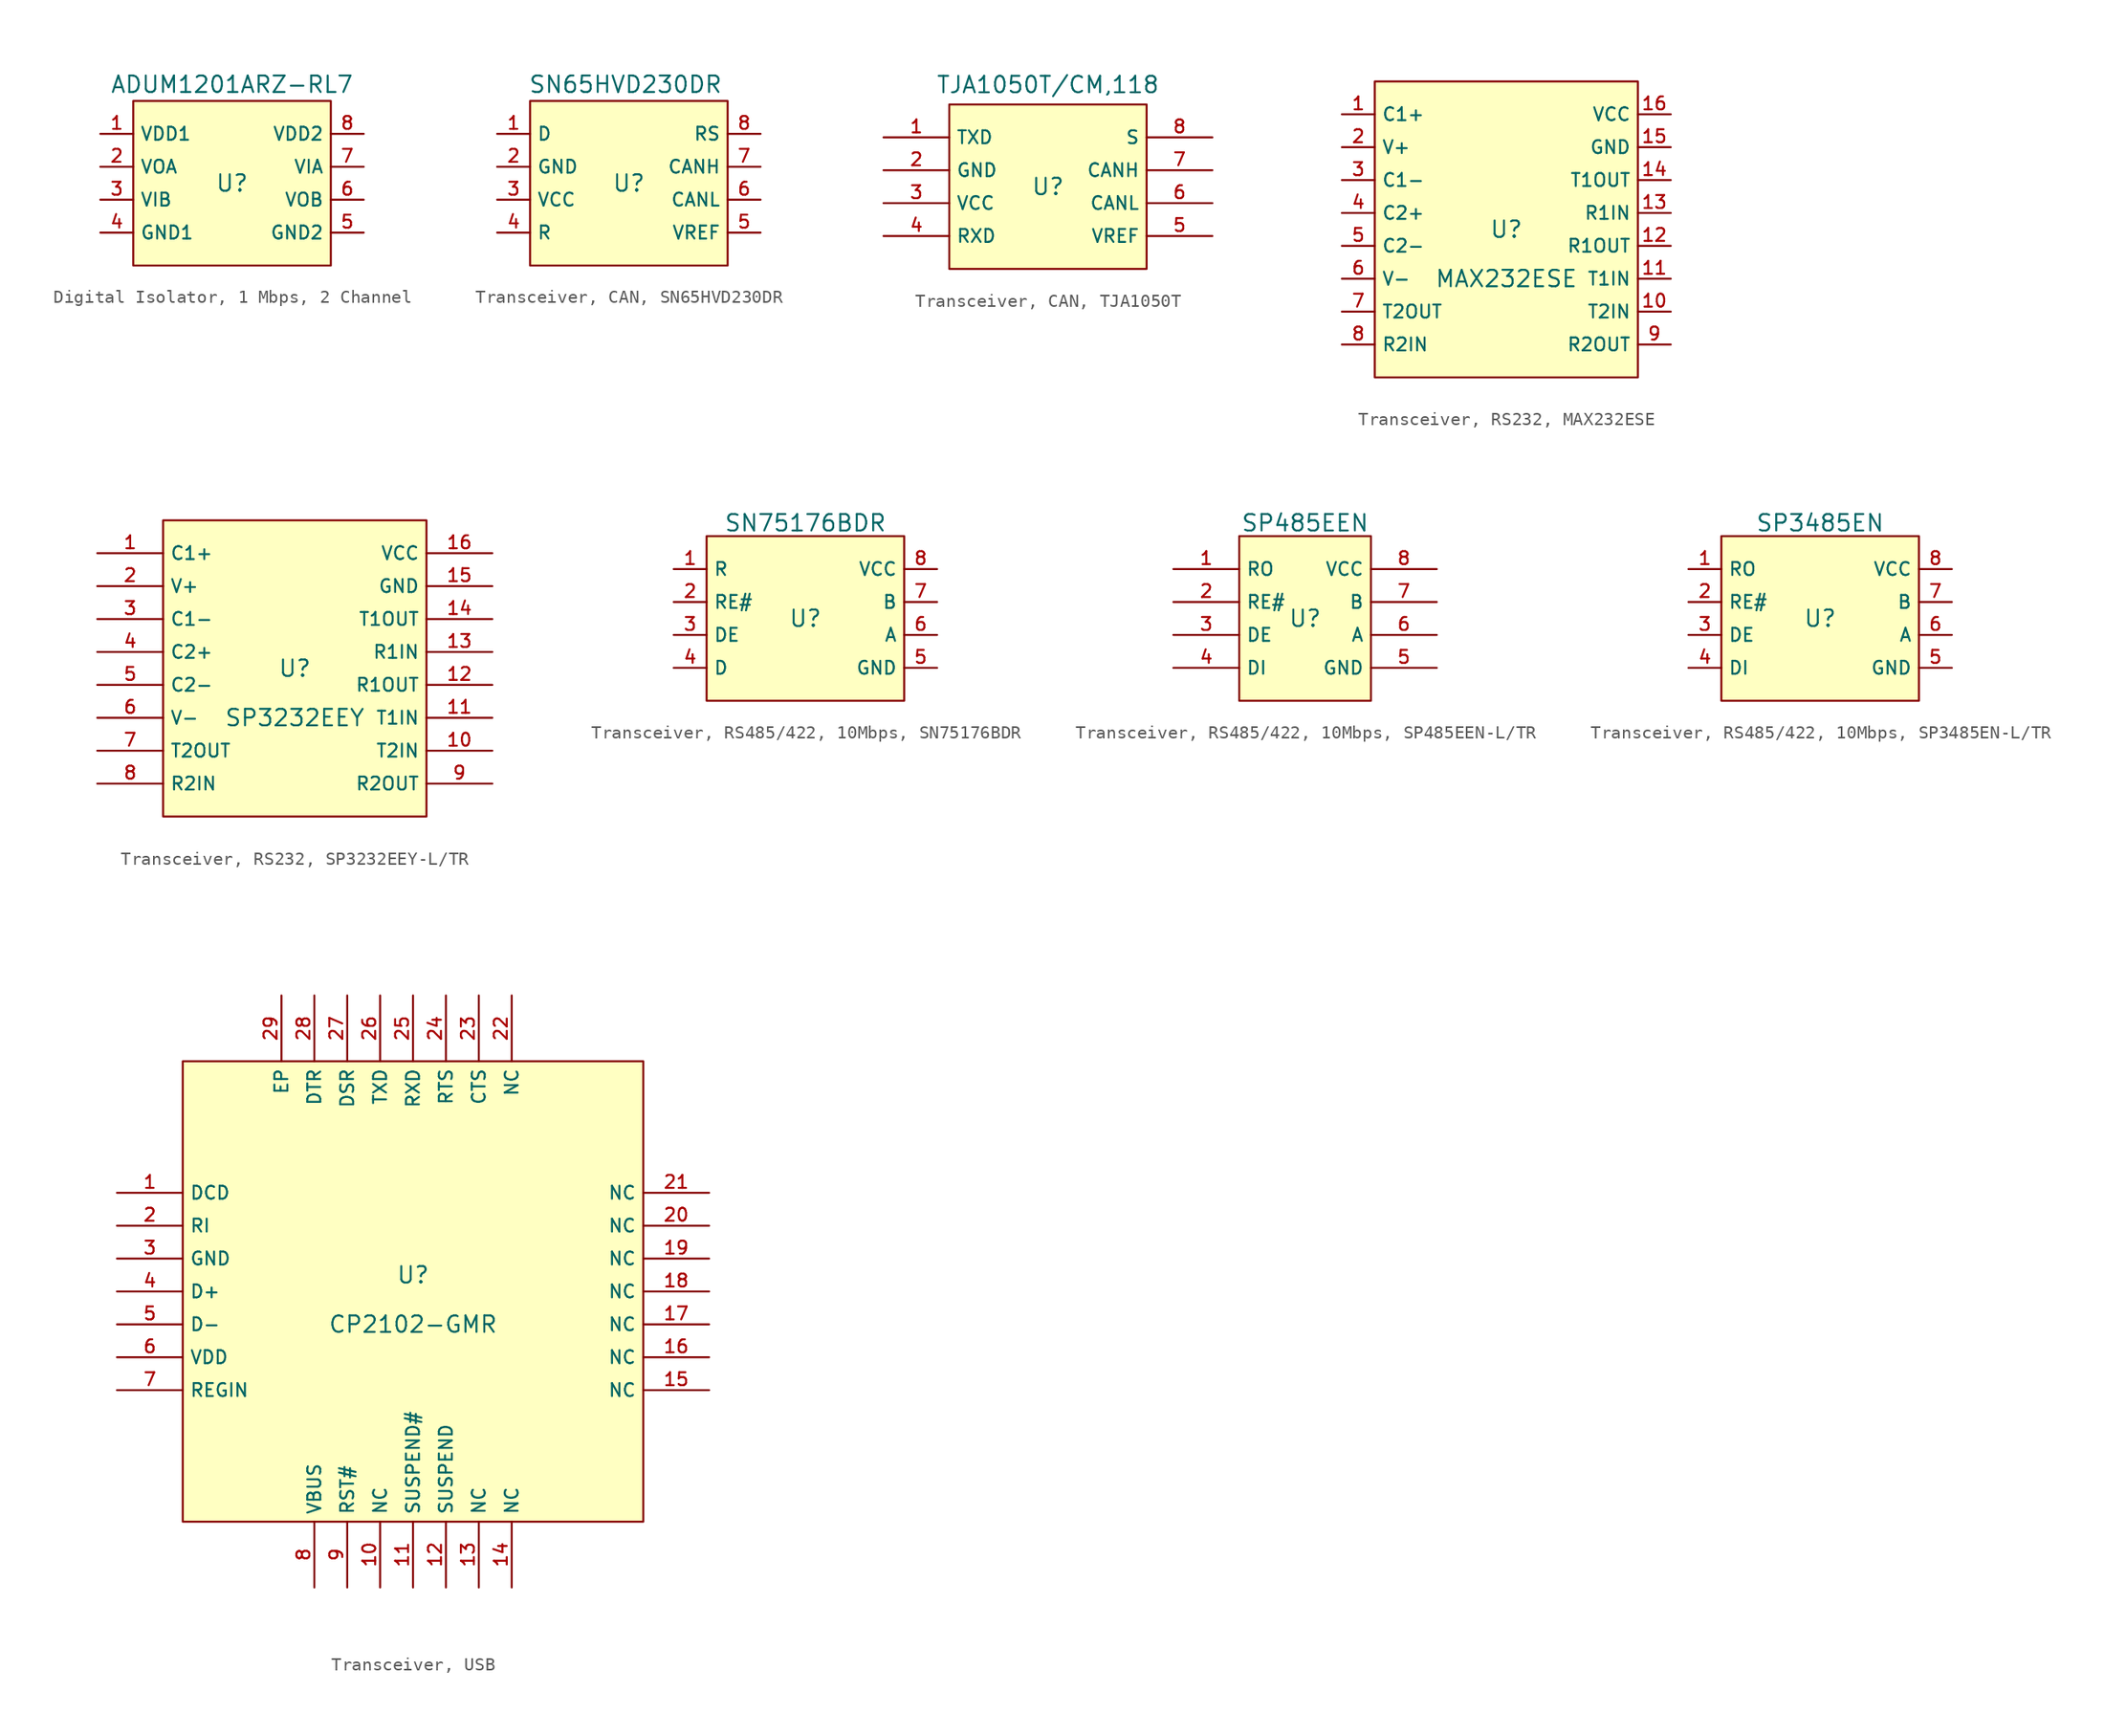
<source format=kicad_sym>
(kicad_symbol_lib
  (version 20231120)
  (generator "kicad_symbol_editor")
  (generator_version "8.0")
  (symbol "Digital Isolator, 1 Mbps, 2 Channel"
    (property "Reference" "U"
      (at 0 1.27 0)
      (effects (font (size 1.27 1.27))))
    (property "Value" "ADUM1201ARZ-RL7"
      (at 0 8.89 0)
      (effects (font (size 1.27 1.27))))
    (symbol "Digital Isolator, 1 Mbps, 2 Channel_0_1"
      (rectangle (start -7.62 7.62) (end 7.62 -5.08) (stroke (width 0) (type default)) (fill (type background)))
      (pin unspecified line (at -10.16 5.08 0) (length 2.54) (name "VDD1" (effects (font (size 1 1)))) (number "1" (effects (font (size 1 1)))))
      (pin unspecified line (at -10.16 2.54 0) (length 2.54) (name "VOA" (effects (font (size 1 1)))) (number "2" (effects (font (size 1 1)))))
      (pin unspecified line (at -10.16 0 0) (length 2.54) (name "VIB" (effects (font (size 1 1)))) (number "3" (effects (font (size 1 1)))))
      (pin unspecified line (at -10.16 -2.54 0) (length 2.54) (name "GND1" (effects (font (size 1 1)))) (number "4" (effects (font (size 1 1)))))
      (pin unspecified line (at 10.16 -2.54 180) (length 2.54) (name "GND2" (effects (font (size 1 1)))) (number "5" (effects (font (size 1 1)))))
      (pin unspecified line (at 10.16 0 180) (length 2.54) (name "VOB" (effects (font (size 1 1)))) (number "6" (effects (font (size 1 1)))))
      (pin unspecified line (at 10.16 2.54 180) (length 2.54) (name "VIA" (effects (font (size 1 1)))) (number "7" (effects (font (size 1 1)))))
      (pin unspecified line (at 10.16 5.08 180) (length 2.54) (name "VDD2" (effects (font (size 1 1)))) (number "8" (effects (font (size 1 1)))))))
  (symbol "Transceiver, CAN, SN65HVD230DR"
    (property "Reference" "U"
      (at 0 1.27 0)
      (effects (font (size 1.27 1.27))))
    (property "Value" "SN65HVD230DR"
      (at -0.254 8.89 0)
      (effects (font (size 1.27 1.27))))
    (symbol "Transceiver, CAN, SN65HVD230DR_0_1"
      (rectangle (start -7.62 7.62) (end 7.62 -5.08) (stroke (width 0) (type default)) (fill (type background)))
      (pin unspecified line (at -10.16 5.08 0) (length 2.54) (name "D" (effects (font (size 1 1)))) (number "1" (effects (font (size 1 1)))))
      (pin unspecified line (at -10.16 2.54 0) (length 2.54) (name "GND" (effects (font (size 1 1)))) (number "2" (effects (font (size 1 1)))))
      (pin unspecified line (at -10.16 0 0) (length 2.54) (name "VCC" (effects (font (size 1 1)))) (number "3" (effects (font (size 1 1)))))
      (pin unspecified line (at -10.16 -2.54 0) (length 2.54) (name "R" (effects (font (size 1 1)))) (number "4" (effects (font (size 1 1)))))
      (pin unspecified line (at 10.16 -2.54 180) (length 2.54) (name "VREF" (effects (font (size 1 1)))) (number "5" (effects (font (size 1 1)))))
      (pin unspecified line (at 10.16 0 180) (length 2.54) (name "CANL" (effects (font (size 1 1)))) (number "6" (effects (font (size 1 1)))))
      (pin unspecified line (at 10.16 2.54 180) (length 2.54) (name "CANH" (effects (font (size 1 1)))) (number "7" (effects (font (size 1 1)))))
      (pin unspecified line (at 10.16 5.08 180) (length 2.54) (name "RS" (effects (font (size 1 1)))) (number "8" (effects (font (size 1 1)))))))
  (symbol "Transceiver, CAN, TJA1050T"
    (property "Reference" "U"
      (at 0 1.27 0)
      (effects (font (size 1.27 1.27))))
    (property "Value" "TJA1050T/CM,118"
      (at 0 9.144 0)
      (effects (font (size 1.27 1.27))))
    (symbol "Transceiver, CAN, TJA1050T_0_1"
      (rectangle (start -7.62 7.62) (end 7.62 -5.08) (stroke (width 0) (type default)) (fill (type background)))
      (pin unspecified line (at -12.7 2.54 0) (length 5.08) (name "GND" (effects (font (size 1 1)))) (number "2" (effects (font (size 1 1)))))
      (pin unspecified line (at -12.7 0 0) (length 5.08) (name "VCC" (effects (font (size 1 1)))) (number "3" (effects (font (size 1 1)))))
      (pin unspecified line (at -12.7 -2.54 0) (length 5.08) (name "RXD" (effects (font (size 1 1)))) (number "4" (effects (font (size 1 1)))))
      (pin unspecified line (at 12.7 -2.54 180) (length 5.08) (name "VREF" (effects (font (size 1 1)))) (number "5" (effects (font (size 1 1)))))
      (pin unspecified line (at 12.7 0 180) (length 5.08) (name "CANL" (effects (font (size 1 1)))) (number "6" (effects (font (size 1 1)))))
      (pin unspecified line (at 12.7 2.54 180) (length 5.08) (name "CANH" (effects (font (size 1 1)))) (number "7" (effects (font (size 1 1)))))
      (pin unspecified line (at 12.7 5.08 180) (length 5.08) (name "S" (effects (font (size 1 1)))) (number "8" (effects (font (size 1 1))))))
    (symbol "Transceiver, CAN, TJA1050T_1_1"
      (pin unspecified line (at -12.7 5.08 0) (length 5.08) (name "TXD" (effects (font (size 1 1)))) (number "1" (effects (font (size 1 1)))))))
  (symbol "Transceiver, RS232, MAX232ESE"
    (property "Reference" "U"
      (at 0 1.27 0)
      (effects (font (size 1.27 1.27))))
    (property "Value" "MAX232ESE"
      (at 0 -2.54 0)
      (effects (font (size 1.27 1.27))))
    (symbol "Transceiver, RS232, MAX232ESE_0_1"
      (rectangle (start -10.16 12.7) (end 10.16 -10.16) (stroke (width 0) (type default)) (fill (type background)))
      (pin unspecified line (at -12.7 10.16 0) (length 2.54) (name "C1+" (effects (font (size 1 1)))) (number "1" (effects (font (size 1 1)))))
      (pin unspecified line (at 12.7 -5.08 180) (length 2.54) (name "T2IN" (effects (font (size 1 1)))) (number "10" (effects (font (size 1 1)))))
      (pin unspecified line (at 12.7 -2.54 180) (length 2.54) (name "T1IN" (effects (font (size 1 1)))) (number "11" (effects (font (size 1 1)))))
      (pin unspecified line (at 12.7 0 180) (length 2.54) (name "R1OUT" (effects (font (size 1 1)))) (number "12" (effects (font (size 1 1)))))
      (pin unspecified line (at 12.7 2.54 180) (length 2.54) (name "R1IN" (effects (font (size 1 1)))) (number "13" (effects (font (size 1 1)))))
      (pin unspecified line (at 12.7 5.08 180) (length 2.54) (name "T1OUT" (effects (font (size 1 1)))) (number "14" (effects (font (size 1 1)))))
      (pin unspecified line (at 12.7 7.62 180) (length 2.54) (name "GND" (effects (font (size 1 1)))) (number "15" (effects (font (size 1 1)))))
      (pin unspecified line (at 12.7 10.16 180) (length 2.54) (name "VCC" (effects (font (size 1 1)))) (number "16" (effects (font (size 1 1)))))
      (pin unspecified line (at -12.7 7.62 0) (length 2.54) (name "V+" (effects (font (size 1 1)))) (number "2" (effects (font (size 1 1)))))
      (pin unspecified line (at -12.7 5.08 0) (length 2.54) (name "C1-" (effects (font (size 1 1)))) (number "3" (effects (font (size 1 1)))))
      (pin unspecified line (at -12.7 2.54 0) (length 2.54) (name "C2+" (effects (font (size 1 1)))) (number "4" (effects (font (size 1 1)))))
      (pin unspecified line (at -12.7 0 0) (length 2.54) (name "C2-" (effects (font (size 1 1)))) (number "5" (effects (font (size 1 1)))))
      (pin unspecified line (at -12.7 -2.54 0) (length 2.54) (name "V-" (effects (font (size 1 1)))) (number "6" (effects (font (size 1 1)))))
      (pin unspecified line (at -12.7 -5.08 0) (length 2.54) (name "T2OUT" (effects (font (size 1 1)))) (number "7" (effects (font (size 1 1)))))
      (pin unspecified line (at -12.7 -7.62 0) (length 2.54) (name "R2IN" (effects (font (size 1 1)))) (number "8" (effects (font (size 1 1)))))
      (pin unspecified line (at 12.7 -7.62 180) (length 2.54) (name "R2OUT" (effects (font (size 1 1)))) (number "9" (effects (font (size 1 1)))))))
  (symbol "Transceiver, RS232, SP3232EEY-L/TR"
    (property "Reference" "U"
      (at 0 1.27 0)
      (effects (font (size 1.27 1.27))))
    (property "Value" "SP3232EEY"
      (at 0 -2.54 0)
      (effects (font (size 1.27 1.27))))
    (symbol "Transceiver, RS232, SP3232EEY-L/TR_0_1"
      (rectangle (start -10.16 12.7) (end 10.16 -10.16) (stroke (width 0) (type default)) (fill (type background)))
      (pin unspecified line (at -15.24 10.16 0) (length 5.08) (name "C1+" (effects (font (size 1 1)))) (number "1" (effects (font (size 1 1)))))
      (pin unspecified line (at 15.24 -5.08 180) (length 5.08) (name "T2IN" (effects (font (size 1 1)))) (number "10" (effects (font (size 1 1)))))
      (pin unspecified line (at 15.24 -2.54 180) (length 5.08) (name "T1IN" (effects (font (size 1 1)))) (number "11" (effects (font (size 1 1)))))
      (pin unspecified line (at 15.24 0 180) (length 5.08) (name "R1OUT" (effects (font (size 1 1)))) (number "12" (effects (font (size 1 1)))))
      (pin unspecified line (at 15.24 2.54 180) (length 5.08) (name "R1IN" (effects (font (size 1 1)))) (number "13" (effects (font (size 1 1)))))
      (pin unspecified line (at 15.24 5.08 180) (length 5.08) (name "T1OUT" (effects (font (size 1 1)))) (number "14" (effects (font (size 1 1)))))
      (pin unspecified line (at 15.24 7.62 180) (length 5.08) (name "GND" (effects (font (size 1 1)))) (number "15" (effects (font (size 1 1)))))
      (pin unspecified line (at 15.24 10.16 180) (length 5.08) (name "VCC" (effects (font (size 1 1)))) (number "16" (effects (font (size 1 1)))))
      (pin unspecified line (at -15.24 7.62 0) (length 5.08) (name "V+" (effects (font (size 1 1)))) (number "2" (effects (font (size 1 1)))))
      (pin unspecified line (at -15.24 5.08 0) (length 5.08) (name "C1-" (effects (font (size 1 1)))) (number "3" (effects (font (size 1 1)))))
      (pin unspecified line (at -15.24 2.54 0) (length 5.08) (name "C2+" (effects (font (size 1 1)))) (number "4" (effects (font (size 1 1)))))
      (pin unspecified line (at -15.24 0 0) (length 5.08) (name "C2-" (effects (font (size 1 1)))) (number "5" (effects (font (size 1 1)))))
      (pin unspecified line (at -15.24 -2.54 0) (length 5.08) (name "V-" (effects (font (size 1 1)))) (number "6" (effects (font (size 1 1)))))
      (pin unspecified line (at -15.24 -5.08 0) (length 5.08) (name "T2OUT" (effects (font (size 1 1)))) (number "7" (effects (font (size 1 1)))))
      (pin unspecified line (at -15.24 -7.62 0) (length 5.08) (name "R2IN" (effects (font (size 1 1)))) (number "8" (effects (font (size 1 1)))))
      (pin unspecified line (at 15.24 -7.62 180) (length 5.08) (name "R2OUT" (effects (font (size 1 1)))) (number "9" (effects (font (size 1 1)))))))
  (symbol "Transceiver, RS485/422, 10Mbps, SN75176BDR"
    (property "Reference" "U"
      (at 0 1.27 0)
      (effects (font (size 1.27 1.27))))
    (property "Value" "SN75176BDR"
      (at 0 8.636 0)
      (effects (font (size 1.27 1.27))))
    (symbol "Transceiver, RS485/422, 10Mbps, SN75176BDR_0_1"
      (rectangle (start -7.62 7.62) (end 7.62 -5.08) (stroke (width 0) (type default)) (fill (type background)))
      (pin unspecified line (at -10.16 5.08 0) (length 2.54) (name "R" (effects (font (size 1 1)))) (number "1" (effects (font (size 1 1)))))
      (pin unspecified line (at -10.16 2.54 0) (length 2.54) (name "RE#" (effects (font (size 1 1)))) (number "2" (effects (font (size 1 1)))))
      (pin unspecified line (at -10.16 0 0) (length 2.54) (name "DE" (effects (font (size 1 1)))) (number "3" (effects (font (size 1 1)))))
      (pin unspecified line (at -10.16 -2.54 0) (length 2.54) (name "D" (effects (font (size 1 1)))) (number "4" (effects (font (size 1 1)))))
      (pin unspecified line (at 10.16 -2.54 180) (length 2.54) (name "GND" (effects (font (size 1 1)))) (number "5" (effects (font (size 1 1)))))
      (pin unspecified line (at 10.16 0 180) (length 2.54) (name "A" (effects (font (size 1 1)))) (number "6" (effects (font (size 1 1)))))
      (pin unspecified line (at 10.16 2.54 180) (length 2.54) (name "B" (effects (font (size 1 1)))) (number "7" (effects (font (size 1 1)))))
      (pin unspecified line (at 10.16 5.08 180) (length 2.54) (name "VCC" (effects (font (size 1 1)))) (number "8" (effects (font (size 1 1)))))))
  (symbol "Transceiver, RS485/422, 10Mbps, SP485EEN-L/TR"
    (property "Reference" "U"
      (at 0 1.27 0)
      (effects (font (size 1.27 1.27))))
    (property "Value" "SP485EEN"
      (at 0 8.636 0)
      (effects (font (size 1.27 1.27))))
    (symbol "Transceiver, RS485/422, 10Mbps, SP485EEN-L/TR_0_1"
      (rectangle (start -5.08 7.62) (end 5.08 -5.08) (stroke (width 0) (type default)) (fill (type background)))
      (pin unspecified line (at -10.16 5.08 0) (length 5.08) (name "RO" (effects (font (size 1 1)))) (number "1" (effects (font (size 1 1)))))
      (pin unspecified line (at -10.16 2.54 0) (length 5.08) (name "RE#" (effects (font (size 1 1)))) (number "2" (effects (font (size 1 1)))))
      (pin unspecified line (at -10.16 0 0) (length 5.08) (name "DE" (effects (font (size 1 1)))) (number "3" (effects (font (size 1 1)))))
      (pin unspecified line (at -10.16 -2.54 0) (length 5.08) (name "DI" (effects (font (size 1 1)))) (number "4" (effects (font (size 1 1)))))
      (pin unspecified line (at 10.16 -2.54 180) (length 5.08) (name "GND" (effects (font (size 1 1)))) (number "5" (effects (font (size 1 1)))))
      (pin unspecified line (at 10.16 0 180) (length 5.08) (name "A" (effects (font (size 1 1)))) (number "6" (effects (font (size 1 1)))))
      (pin unspecified line (at 10.16 2.54 180) (length 5.08) (name "B" (effects (font (size 1 1)))) (number "7" (effects (font (size 1 1)))))
      (pin unspecified line (at 10.16 5.08 180) (length 5.08) (name "VCC" (effects (font (size 1 1)))) (number "8" (effects (font (size 1 1)))))))
  (symbol "Transceiver, RS485/422, 10Mbps, SP3485EN-L/TR"
    (property "Reference" "U"
      (at 0 1.27 0)
      (effects (font (size 1.27 1.27))))
    (property "Value" "SP3485EN"
      (at 0 8.636 0)
      (effects (font (size 1.27 1.27))))
    (symbol "Transceiver, RS485/422, 10Mbps, SP3485EN-L/TR_0_1"
      (rectangle (start -7.62 7.62) (end 7.62 -5.08) (stroke (width 0) (type default)) (fill (type background)))
      (pin unspecified line (at -10.16 5.08 0) (length 2.54) (name "RO" (effects (font (size 1 1)))) (number "1" (effects (font (size 1 1)))))
      (pin unspecified line (at -10.16 2.54 0) (length 2.54) (name "RE#" (effects (font (size 1 1)))) (number "2" (effects (font (size 1 1)))))
      (pin unspecified line (at -10.16 0 0) (length 2.54) (name "DE" (effects (font (size 1 1)))) (number "3" (effects (font (size 1 1)))))
      (pin unspecified line (at -10.16 -2.54 0) (length 2.54) (name "DI" (effects (font (size 1 1)))) (number "4" (effects (font (size 1 1)))))
      (pin unspecified line (at 10.16 -2.54 180) (length 2.54) (name "GND" (effects (font (size 1 1)))) (number "5" (effects (font (size 1 1)))))
      (pin unspecified line (at 10.16 0 180) (length 2.54) (name "A" (effects (font (size 1 1)))) (number "6" (effects (font (size 1 1)))))
      (pin unspecified line (at 10.16 2.54 180) (length 2.54) (name "B" (effects (font (size 1 1)))) (number "7" (effects (font (size 1 1)))))
      (pin unspecified line (at 10.16 5.08 180) (length 2.54) (name "VCC" (effects (font (size 1 1)))) (number "8" (effects (font (size 1 1)))))))
  (symbol "Transceiver, USB"
    (property "Reference" "U"
      (at 0 1.27 0)
      (effects (font (size 1.27 1.27))))
    (property "Value" "CP2102-GMR"
      (at 0 -2.54 0)
      (effects (font (size 1.27 1.27))))
    (symbol "Transceiver, USB_0_1"
      (pin unspecified line (at -22.86 7.62 0) (length 5.08) (name "DCD" (effects (font (size 1 1)))) (number "1" (effects (font (size 1 1)))))
      (pin unspecified line (at -2.54 -22.86 90) (length 5.08) (name "NC" (effects (font (size 1 1)))) (number "10" (effects (font (size 1 1)))))
      (pin unspecified line (at 0 -22.86 90) (length 5.08) (name "SUSPEND#" (effects (font (size 1 1)))) (number "11" (effects (font (size 1 1)))))
      (pin unspecified line (at 2.54 -22.86 90) (length 5.08) (name "SUSPEND" (effects (font (size 1 1)))) (number "12" (effects (font (size 1 1)))))
      (pin unspecified line (at 7.62 -22.86 90) (length 5.08) (name "NC" (effects (font (size 1 1)))) (number "14" (effects (font (size 1 1)))))
      (pin unspecified line (at 22.86 -7.62 180) (length 5.08) (name "NC" (effects (font (size 1 1)))) (number "15" (effects (font (size 1 1)))))
      (pin unspecified line (at 22.86 -5.08 180) (length 5.08) (name "NC" (effects (font (size 1 1)))) (number "16" (effects (font (size 1 1)))))
      (pin unspecified line (at 22.86 -2.54 180) (length 5.08) (name "NC" (effects (font (size 1 1)))) (number "17" (effects (font (size 1 1)))))
      (pin unspecified line (at 22.86 0 180) (length 5.08) (name "NC" (effects (font (size 1 1)))) (number "18" (effects (font (size 1 1)))))
      (pin unspecified line (at 22.86 2.54 180) (length 5.08) (name "NC" (effects (font (size 1 1)))) (number "19" (effects (font (size 1 1)))))
      (pin unspecified line (at -22.86 5.08 0) (length 5.08) (name "RI" (effects (font (size 1 1)))) (number "2" (effects (font (size 1 1)))))
      (pin unspecified line (at 22.86 5.08 180) (length 5.08) (name "NC" (effects (font (size 1 1)))) (number "20" (effects (font (size 1 1)))))
      (pin unspecified line (at 22.86 7.62 180) (length 5.08) (name "NC" (effects (font (size 1 1)))) (number "21" (effects (font (size 1 1)))))
      (pin unspecified line (at 7.62 22.86 270) (length 5.08) (name "NC" (effects (font (size 1 1)))) (number "22" (effects (font (size 1 1)))))
      (pin unspecified line (at 5.08 22.86 270) (length 5.08) (name "CTS" (effects (font (size 1 1)))) (number "23" (effects (font (size 1 1)))))
      (pin unspecified line (at 2.54 22.86 270) (length 5.08) (name "RTS" (effects (font (size 1 1)))) (number "24" (effects (font (size 1 1)))))
      (pin unspecified line (at 0 22.86 270) (length 5.08) (name "RXD" (effects (font (size 1 1)))) (number "25" (effects (font (size 1 1)))))
      (pin unspecified line (at -2.54 22.86 270) (length 5.08) (name "TXD" (effects (font (size 1 1)))) (number "26" (effects (font (size 1 1)))))
      (pin unspecified line (at -5.08 22.86 270) (length 5.08) (name "DSR" (effects (font (size 1 1)))) (number "27" (effects (font (size 1 1)))))
      (pin unspecified line (at -7.62 22.86 270) (length 5.08) (name "DTR" (effects (font (size 1 1)))) (number "28" (effects (font (size 1 1)))))
      (pin unspecified line (at -10.16 22.86 270) (length 5.08) (name "EP" (effects (font (size 1 1)))) (number "29" (effects (font (size 1 1)))))
      (pin unspecified line (at -22.86 2.54 0) (length 5.08) (name "GND" (effects (font (size 1 1)))) (number "3" (effects (font (size 1 1)))))
      (pin unspecified line (at -22.86 0 0) (length 5.08) (name "D+" (effects (font (size 1 1)))) (number "4" (effects (font (size 1 1)))))
      (pin unspecified line (at -22.86 -2.54 0) (length 5.08) (name "D-" (effects (font (size 1 1)))) (number "5" (effects (font (size 1 1)))))
      (pin unspecified line (at -22.86 -5.08 0) (length 5.08) (name "VDD" (effects (font (size 1 1)))) (number "6" (effects (font (size 1 1)))))
      (pin unspecified line (at -22.86 -7.62 0) (length 5.08) (name "REGIN" (effects (font (size 1 1)))) (number "7" (effects (font (size 1 1)))))
      (pin unspecified line (at -7.62 -22.86 90) (length 5.08) (name "VBUS" (effects (font (size 1 1)))) (number "8" (effects (font (size 1 1)))))
      (pin unspecified line (at -5.08 -22.86 90) (length 5.08) (name "RST#" (effects (font (size 1 1)))) (number "9" (effects (font (size 1 1))))))
    (symbol "Transceiver, USB_1_1"
      (rectangle (start -17.78 17.78) (end 17.78 -17.78) (stroke (width 0) (type default)) (fill (type background)))
      (pin unspecified line (at 5.08 -22.86 90) (length 5.08) (name "NC" (effects (font (size 1 1)))) (number "13" (effects (font (size 1 1))))))))
</source>
